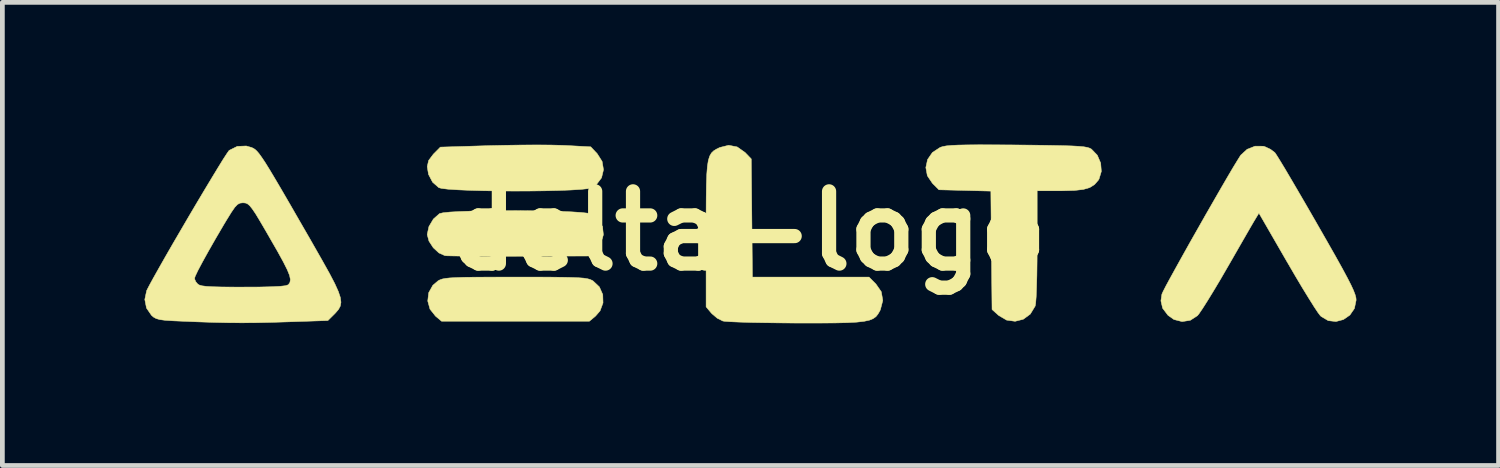
<source format=kicad_pcb>
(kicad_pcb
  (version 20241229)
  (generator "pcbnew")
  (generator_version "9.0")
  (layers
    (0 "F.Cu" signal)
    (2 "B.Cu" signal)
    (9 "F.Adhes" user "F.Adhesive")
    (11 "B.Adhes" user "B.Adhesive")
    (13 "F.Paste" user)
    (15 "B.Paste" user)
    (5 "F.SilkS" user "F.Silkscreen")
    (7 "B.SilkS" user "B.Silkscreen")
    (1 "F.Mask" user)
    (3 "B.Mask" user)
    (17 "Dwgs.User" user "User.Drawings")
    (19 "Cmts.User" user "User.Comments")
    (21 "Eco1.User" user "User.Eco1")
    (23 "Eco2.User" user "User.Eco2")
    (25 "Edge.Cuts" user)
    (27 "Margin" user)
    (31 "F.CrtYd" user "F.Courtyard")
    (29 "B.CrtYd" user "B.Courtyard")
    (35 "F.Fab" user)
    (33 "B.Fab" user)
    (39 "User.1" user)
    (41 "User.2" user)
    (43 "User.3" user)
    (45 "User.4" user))
  (footprint "delta-logo"
    (layer "F.Cu")
    (at 12.737 1.822)
    (property "Reference" "delta-logo" (at 0 0 0) (layer "F.SilkS") (effects (font (size 1.524 1.524) (thickness 0.3))))
    (attr through_hole)
    (fp_poly (pts (xy -4.512 0.974) (xy -4.189 0.975) (xy -3.932 0.978) (xy -3.734 0.982) (xy -3.584 0.988) (xy -3.475 0.996) (xy -3.397 1.008) (xy -3.34 1.023) (xy -3.298 1.042) (xy -3.277 1.053) (xy -3.141 1.181) (xy -3.069 1.343) (xy -3.064 1.519) (xy -3.126 1.686) (xy -3.222 1.797) (xy -3.351 1.905) (xy -6.471 1.905) (xy -6.599 1.797) (xy -6.715 1.65) (xy -6.762 1.479) (xy -6.742 1.304) (xy -6.655 1.148) (xy -6.544 1.053) (xy -6.504 1.032) (xy -6.456 1.015) (xy -6.391 1.002) (xy -6.299 0.992) (xy -6.171 0.985) (xy -5.999 0.979) (xy -5.774 0.976) (xy -5.487 0.975) (xy -5.129 0.974) (xy -4.911 0.974) (xy -4.512 0.974)) (stroke (width 0.01) (type solid)) (fill yes) (layer "F.SilkS"))
    (fp_poly (pts (xy -4.172 -1.812) (xy -3.939 -1.806) (xy -3.857 -1.803) (xy -3.323 -1.774) (xy -3.186 -1.629) (xy -3.083 -1.466) (xy -3.054 -1.291) (xy -3.095 -1.121) (xy -3.203 -0.978) (xy -3.301 -0.911) (xy -3.38 -0.892) (xy -3.532 -0.876) (xy -3.744 -0.863) (xy -4.003 -0.853) (xy -4.298 -0.846) (xy -4.617 -0.842) (xy -4.946 -0.841) (xy -5.274 -0.843) (xy -5.589 -0.848) (xy -5.878 -0.856) (xy -6.129 -0.867) (xy -6.331 -0.88) (xy -6.47 -0.897) (xy -6.529 -0.913) (xy -6.66 -1.028) (xy -6.746 -1.193) (xy -6.773 -1.357) (xy -6.743 -1.487) (xy -6.644 -1.619) (xy -6.634 -1.629) (xy -6.496 -1.768) (xy -5.443 -1.8) (xy -5.115 -1.807) (xy -4.78 -1.812) (xy -4.458 -1.814) (xy -4.172 -1.812)) (stroke (width 0.01) (type solid)) (fill yes) (layer "F.SilkS"))
    (fp_poly (pts (xy -4.573 -0.425) (xy -4.261 -0.42) (xy -3.974 -0.413) (xy -3.725 -0.402) (xy -3.525 -0.389) (xy -3.386 -0.374) (xy -3.328 -0.359) (xy -3.167 -0.243) (xy -3.075 -0.091) (xy -3.056 0.082) (xy -3.112 0.258) (xy -3.193 0.371) (xy -3.338 0.529) (xy -4.812 0.534) (xy -5.162 0.535) (xy -5.489 0.535) (xy -5.782 0.533) (xy -6.031 0.531) (xy -6.224 0.528) (xy -6.353 0.525) (xy -6.401 0.521) (xy -6.526 0.465) (xy -6.646 0.354) (xy -6.736 0.216) (xy -6.773 0.079) (xy -6.773 0.073) (xy -6.737 -0.093) (xy -6.643 -0.251) (xy -6.514 -0.365) (xy -6.511 -0.366) (xy -6.437 -0.383) (xy -6.291 -0.398) (xy -6.084 -0.409) (xy -5.829 -0.418) (xy -5.538 -0.424) (xy -5.224 -0.427) (xy -4.898 -0.428) (xy -4.573 -0.425)) (stroke (width 0.01) (type solid)) (fill yes) (layer "F.SilkS"))
    (fp_poly (pts (xy -0.233 -1.772) (xy -0.067 -1.655) (xy -0.06 -1.648) (xy 0.064 -1.519) (xy 0.076 -0.272) (xy 0.088 0.974) (xy 2.548 0.974) (xy 2.692 1.118) (xy 2.807 1.283) (xy 2.839 1.467) (xy 2.788 1.663) (xy 2.775 1.69) (xy 2.737 1.755) (xy 2.694 1.809) (xy 2.635 1.851) (xy 2.554 1.884) (xy 2.441 1.908) (xy 2.288 1.925) (xy 2.087 1.936) (xy 1.828 1.942) (xy 1.503 1.944) (xy 1.104 1.944) (xy 1.01 1.944) (xy 0.666 1.941) (xy 0.345 1.937) (xy 0.056 1.932) (xy -0.188 1.924) (xy -0.376 1.916) (xy -0.498 1.907) (xy -0.536 1.901) (xy -0.654 1.842) (xy -0.766 1.747) (xy -0.78 1.732) (xy -0.889 1.602) (xy -0.889 0.077) (xy -0.889 -0.346) (xy -0.887 -0.694) (xy -0.883 -0.973) (xy -0.875 -1.193) (xy -0.862 -1.362) (xy -0.842 -1.487) (xy -0.814 -1.578) (xy -0.777 -1.643) (xy -0.73 -1.689) (xy -0.67 -1.726) (xy -0.601 -1.76) (xy -0.413 -1.807) (xy -0.233 -1.772)) (stroke (width 0.01) (type solid)) (fill yes) (layer "F.SilkS"))
    (fp_poly (pts (xy 5.182 -1.816) (xy 5.569 -1.814) (xy 5.668 -1.813) (xy 6.063 -1.809) (xy 6.383 -1.804) (xy 6.635 -1.799) (xy 6.83 -1.793) (xy 6.975 -1.785) (xy 7.08 -1.775) (xy 7.154 -1.762) (xy 7.204 -1.746) (xy 7.241 -1.726) (xy 7.243 -1.724) (xy 7.365 -1.597) (xy 7.436 -1.432) (xy 7.45 -1.255) (xy 7.401 -1.094) (xy 7.385 -1.068) (xy 7.306 -0.978) (xy 7.206 -0.915) (xy 7.07 -0.875) (xy 6.883 -0.854) (xy 6.628 -0.847) (xy 6.585 -0.847) (xy 6.096 -0.847) (xy 6.096 0.315) (xy 6.094 0.643) (xy 6.09 0.94) (xy 6.083 1.194) (xy 6.075 1.394) (xy 6.064 1.53) (xy 6.054 1.586) (xy 5.951 1.755) (xy 5.803 1.864) (xy 5.631 1.907) (xy 5.451 1.882) (xy 5.283 1.783) (xy 5.282 1.782) (xy 5.144 1.658) (xy 5.131 0.409) (xy 5.119 -0.84) (xy 4.571 -0.854) (xy 4.023 -0.868) (xy 3.886 -1.005) (xy 3.779 -1.164) (xy 3.747 -1.337) (xy 3.784 -1.507) (xy 3.886 -1.655) (xy 4.051 -1.763) (xy 4.052 -1.763) (xy 4.105 -1.78) (xy 4.18 -1.794) (xy 4.285 -1.804) (xy 4.429 -1.811) (xy 4.621 -1.815) (xy 4.869 -1.817) (xy 5.182 -1.816)) (stroke (width 0.01) (type solid)) (fill yes) (layer "F.SilkS"))
    (fp_poly (pts (xy 10.867 -1.787) (xy 10.899 -1.778) (xy 11.019 -1.722) (xy 11.112 -1.652) (xy 11.112 -1.651) (xy 11.149 -1.597) (xy 11.223 -1.478) (xy 11.329 -1.303) (xy 11.461 -1.079) (xy 11.615 -0.816) (xy 11.786 -0.522) (xy 11.969 -0.205) (xy 12.006 -0.14) (xy 12.219 0.232) (xy 12.393 0.538) (xy 12.531 0.786) (xy 12.637 0.983) (xy 12.716 1.137) (xy 12.77 1.254) (xy 12.804 1.343) (xy 12.822 1.41) (xy 12.826 1.46) (xy 12.79 1.636) (xy 12.694 1.776) (xy 12.558 1.87) (xy 12.4 1.912) (xy 12.237 1.893) (xy 12.088 1.805) (xy 12.071 1.789) (xy 12.02 1.722) (xy 11.934 1.592) (xy 11.82 1.41) (xy 11.684 1.188) (xy 11.533 0.934) (xy 11.374 0.661) (xy 11.366 0.648) (xy 10.775 -0.376) (xy 10.706 -0.262) (xy 10.665 -0.194) (xy 10.59 -0.065) (xy 10.486 0.115) (xy 10.36 0.334) (xy 10.219 0.58) (xy 10.114 0.762) (xy 9.964 1.021) (xy 9.821 1.26) (xy 9.693 1.469) (xy 9.587 1.636) (xy 9.51 1.749) (xy 9.477 1.789) (xy 9.327 1.886) (xy 9.154 1.913) (xy 8.981 1.869) (xy 8.856 1.78) (xy 8.743 1.631) (xy 8.707 1.475) (xy 8.728 1.333) (xy 8.755 1.274) (xy 8.818 1.151) (xy 8.913 0.976) (xy 9.034 0.757) (xy 9.174 0.505) (xy 9.328 0.23) (xy 9.491 -0.057) (xy 9.656 -0.348) (xy 9.819 -0.631) (xy 9.972 -0.897) (xy 10.111 -1.136) (xy 10.23 -1.338) (xy 10.324 -1.492) (xy 10.385 -1.589) (xy 10.395 -1.602) (xy 10.527 -1.723) (xy 10.694 -1.788) (xy 10.867 -1.787)) (stroke (width 0.01) (type solid)) (fill yes) (layer "F.SilkS"))
    (fp_poly (pts (xy -10.479 -1.76) (xy -10.442 -1.743) (xy -10.406 -1.72) (xy -10.367 -1.684) (xy -10.321 -1.63) (xy -10.264 -1.551) (xy -10.192 -1.443) (xy -10.102 -1.298) (xy -9.99 -1.111) (xy -9.852 -0.877) (xy -9.684 -0.588) (xy -9.483 -0.239) (xy -9.244 0.175) (xy -9.17 0.305) (xy -8.982 0.635) (xy -8.834 0.9) (xy -8.724 1.111) (xy -8.649 1.277) (xy -8.606 1.405) (xy -8.593 1.505) (xy -8.607 1.586) (xy -8.645 1.657) (xy -8.705 1.727) (xy -8.731 1.754) (xy -8.869 1.891) (xy -9.712 1.919) (xy -10.077 1.93) (xy -10.393 1.937) (xy -10.683 1.939) (xy -10.973 1.937) (xy -11.284 1.93) (xy -11.642 1.918) (xy -11.903 1.907) (xy -12.137 1.897) (xy -12.303 1.886) (xy -12.416 1.871) (xy -12.492 1.849) (xy -12.547 1.819) (xy -12.59 1.782) (xy -12.696 1.628) (xy -12.732 1.446) (xy -12.693 1.262) (xy -12.688 1.25) (xy -12.632 1.141) (xy -12.558 1.006) (xy -11.684 1.006) (xy -11.657 1.071) (xy -11.617 1.119) (xy -11.584 1.141) (xy -11.526 1.158) (xy -11.434 1.17) (xy -11.297 1.178) (xy -11.103 1.183) (xy -10.841 1.185) (xy -10.652 1.185) (xy -10.318 1.184) (xy -10.063 1.178) (xy -9.88 1.169) (xy -9.763 1.156) (xy -9.706 1.137) (xy -9.703 1.135) (xy -9.67 1.087) (xy -9.66 1.026) (xy -9.677 0.94) (xy -9.726 0.819) (xy -9.81 0.652) (xy -9.932 0.43) (xy -10.019 0.279) (xy -10.177 0.004) (xy -10.3 -0.206) (xy -10.393 -0.36) (xy -10.465 -0.466) (xy -10.52 -0.534) (xy -10.566 -0.572) (xy -10.609 -0.589) (xy -10.655 -0.593) (xy -10.669 -0.593) (xy -10.724 -0.586) (xy -10.775 -0.559) (xy -10.832 -0.5) (xy -10.904 -0.396) (xy -11.003 -0.236) (xy -11.062 -0.138) (xy -11.239 0.164) (xy -11.392 0.432) (xy -11.517 0.658) (xy -11.611 0.835) (xy -11.668 0.955) (xy -11.684 1.006) (xy -12.558 1.006) (xy -12.542 0.977) (xy -12.425 0.769) (xy -12.287 0.526) (xy -12.132 0.257) (xy -11.966 -0.027) (xy -11.796 -0.318) (xy -11.627 -0.604) (xy -11.464 -0.877) (xy -11.314 -1.126) (xy -11.182 -1.343) (xy -11.075 -1.517) (xy -10.996 -1.638) (xy -10.954 -1.697) (xy -10.95 -1.7) (xy -10.781 -1.784) (xy -10.591 -1.792) (xy -10.479 -1.76)) (stroke (width 0.01) (type solid)) (fill yes) (layer "F.SilkS")))
  (gr_rect
    (start -3 -3)
    (end 28.568 6.771)
    (stroke (width 0.1) (type default))
    (fill no)
    (layer "Edge.Cuts")))
</source>
